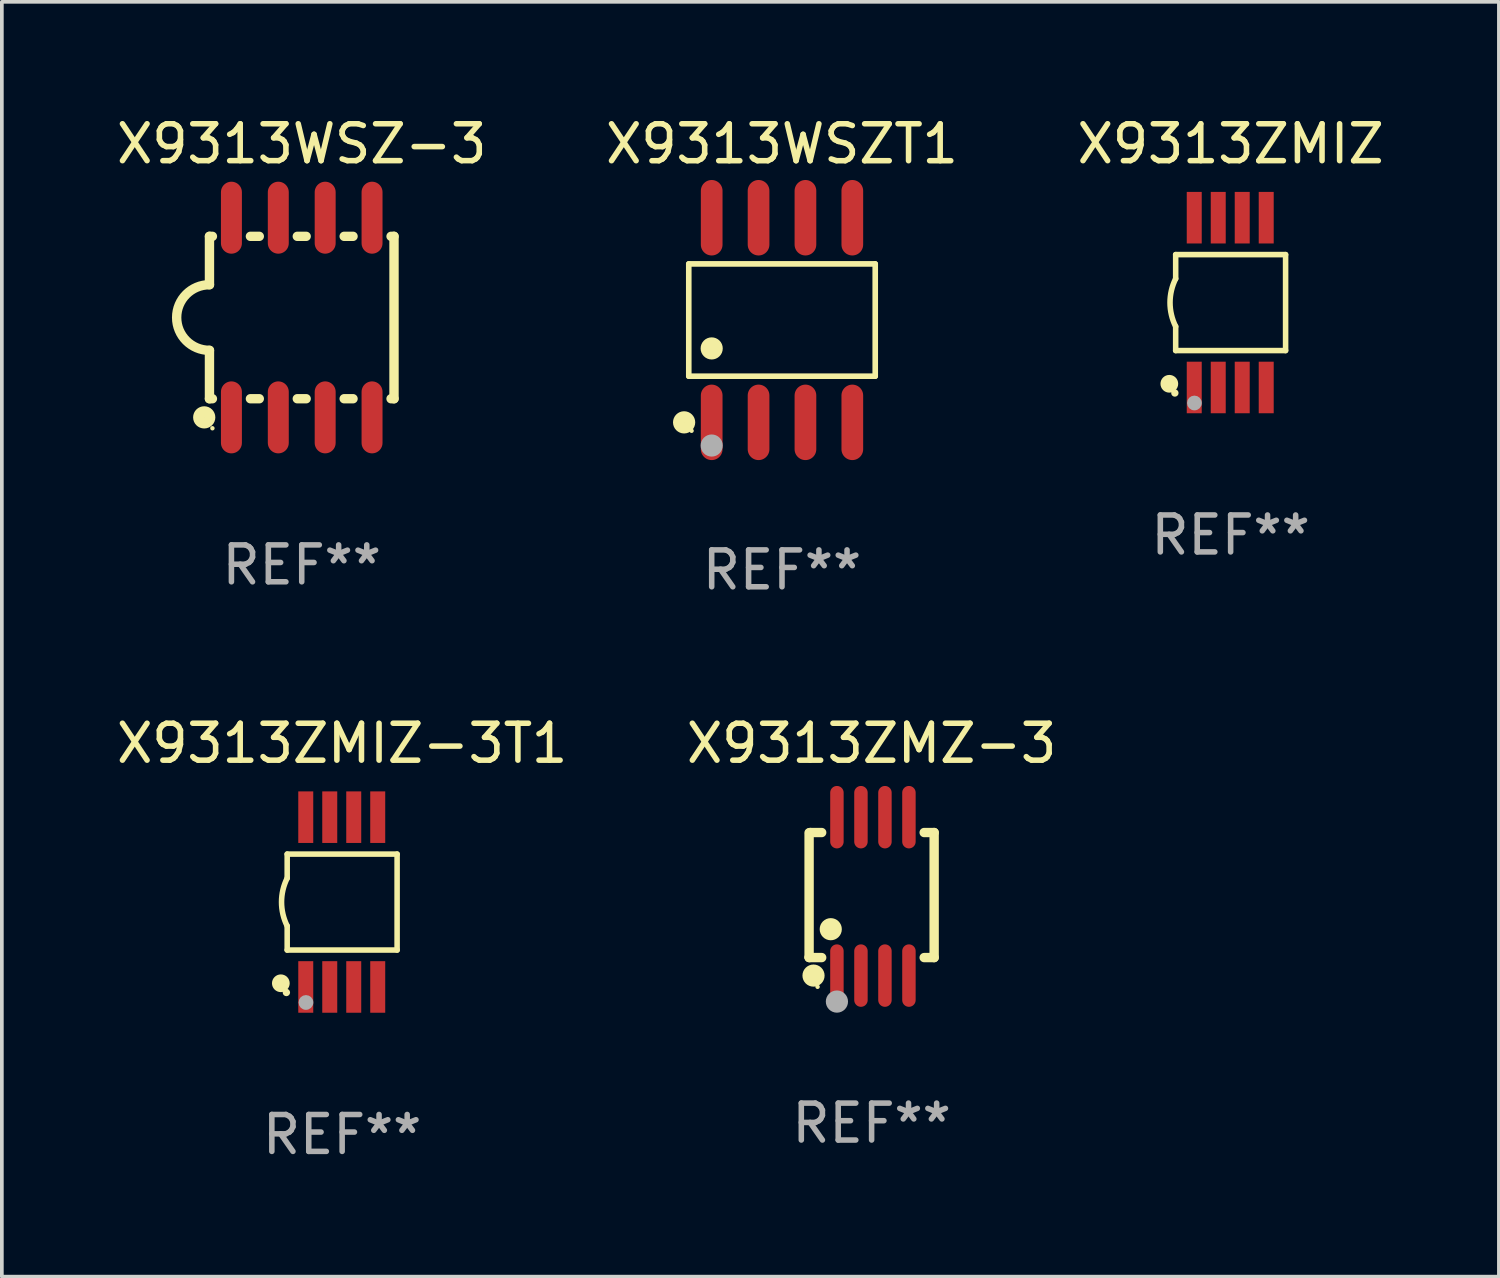
<source format=kicad_pcb>
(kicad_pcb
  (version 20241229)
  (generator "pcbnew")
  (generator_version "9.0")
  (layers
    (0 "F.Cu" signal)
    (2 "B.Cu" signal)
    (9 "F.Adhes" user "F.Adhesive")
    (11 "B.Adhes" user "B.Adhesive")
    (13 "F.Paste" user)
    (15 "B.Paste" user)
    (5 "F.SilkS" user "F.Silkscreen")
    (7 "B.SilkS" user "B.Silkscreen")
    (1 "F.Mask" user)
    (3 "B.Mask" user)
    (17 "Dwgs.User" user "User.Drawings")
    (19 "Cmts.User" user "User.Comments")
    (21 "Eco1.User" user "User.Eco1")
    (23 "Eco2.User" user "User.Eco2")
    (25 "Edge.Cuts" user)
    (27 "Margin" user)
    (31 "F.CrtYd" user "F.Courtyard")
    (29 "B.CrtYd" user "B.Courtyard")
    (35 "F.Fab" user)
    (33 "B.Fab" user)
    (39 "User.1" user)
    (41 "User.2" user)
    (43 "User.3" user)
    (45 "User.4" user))
  (footprint "X9313ZMIZ-3T1"
    (layer "F.Cu")
    (at 6.22 21.39)
    (property "Reference" "X9313ZMIZ-3T1" (at 0 -4.3 0) (layer "F.SilkS") (effects (font (size 1 1) (thickness 0.15))))
    (attr through_hole)
    (fp_line (start -1.489 -1.3) (end -1.489 -0.648) (stroke (width 0.15) (type solid)) (layer "F.SilkS"))
    (fp_line (start -1.489 0.648) (end -1.489 1.3) (stroke (width 0.15) (type solid)) (layer "F.SilkS"))
    (fp_line (start -1.489 1.3) (end 1.489 1.3) (stroke (width 0.15) (type solid)) (layer "F.SilkS"))
    (fp_line (start 1.489 -1.3) (end -1.489 -1.3) (stroke (width 0.15) (type solid)) (layer "F.SilkS"))
    (fp_line (start 1.489 1.3) (end 1.489 -1.3) (stroke (width 0.15) (type solid)) (layer "F.SilkS"))
    (fp_arc (start -1.489205 0.647702) (mid -1.642107 0) (end -1.489205 -0.647701) (stroke (width 0.150013) (type solid)) (layer "F.SilkS"))
    (fp_circle (center -1.661 2.2) (end -1.541 2.2) (stroke (width 0.24) (type solid)) (fill no) (layer "F.SilkS"))
    (fp_circle (center -1.511 2.45) (end -1.461 2.45) (stroke (width 0.1) (type solid)) (fill no) (layer "F.SilkS"))
    (fp_circle (center -0.981 2.72) (end -0.881 2.72) (stroke (width 0.2) (type solid)) (fill no) (layer "F.Fab"))
    (fp_text user "REF**" (at 0 6.3 0) (layer "F.Fab") (effects (font (size 1 1) (thickness 0.15))))
    (pad "1" smd rect (at -0.986 2.3) (size 0.406 1.397) (layers "F.Cu" "F.Mask" "F.Paste"))
    (pad "2" smd rect (at -0.336 2.3) (size 0.406 1.397) (layers "F.Cu" "F.Mask" "F.Paste"))
    (pad "3" smd rect (at 0.314 2.3) (size 0.406 1.397) (layers "F.Cu" "F.Mask" "F.Paste"))
    (pad "4" smd rect (at 0.964 2.3) (size 0.406 1.397) (layers "F.Cu" "F.Mask" "F.Paste"))
    (pad "5" smd rect (at 0.964 -2.3) (size 0.406 1.397) (layers "F.Cu" "F.Mask" "F.Paste"))
    (pad "6" smd rect (at 0.314 -2.3) (size 0.406 1.397) (layers "F.Cu" "F.Mask" "F.Paste"))
    (pad "7" smd rect (at -0.336 -2.3) (size 0.406 1.397) (layers "F.Cu" "F.Mask" "F.Paste"))
    (pad "8" smd rect (at -0.986 -2.3) (size 0.406 1.397) (layers "F.Cu" "F.Mask" "F.Paste")))
  (footprint "X9313ZMZ-3"
    (layer "F.Cu")
    (at 20.565 21.236)
    (property "Reference" "X9313ZMZ-3" (at 0 -4.146 0) (layer "F.SilkS") (effects (font (size 1 1) (thickness 0.15))))
    (attr through_hole)
    (fp_line (start -1.694 -1.724) (end -1.694 1.652) (stroke (width 0.254) (type solid)) (layer "F.SilkS"))
    (fp_line (start -1.694 1.652) (end -1.688 1.658) (stroke (width 0.254) (type solid)) (layer "F.SilkS"))
    (fp_line (start -1.688 1.658) (end -1.353 1.658) (stroke (width 0.254) (type solid)) (layer "F.SilkS"))
    (fp_line (start -1.661 -1.73) (end -1.681 -1.71) (stroke (width 0.254) (type solid)) (layer "F.SilkS"))
    (fp_line (start -1.353 -1.73) (end -1.661 -1.73) (stroke (width 0.254) (type solid)) (layer "F.SilkS"))
    (fp_line (start 1.424 1.658) (end 1.694 1.658) (stroke (width 0.254) (type solid)) (layer "F.SilkS"))
    (fp_line (start 1.694 -1.73) (end 1.424 -1.73) (stroke (width 0.254) (type solid)) (layer "F.SilkS"))
    (fp_line (start 1.694 1.658) (end 1.694 -1.73) (stroke (width 0.254) (type solid)) (layer "F.SilkS"))
    (fp_circle (center -1.574 2.146) (end -1.424 2.146) (stroke (width 0.3) (type solid)) (fill no) (layer "F.SilkS"))
    (fp_circle (center -1.464 2.45) (end -1.434 2.45) (stroke (width 0.06) (type solid)) (fill no) (layer "F.SilkS"))
    (fp_circle (center -1.107 0.889) (end -0.957 0.889) (stroke (width 0.3) (type solid)) (fill no) (layer "F.SilkS"))
    (fp_circle (center -0.94 2.85) (end -0.789 2.85) (stroke (width 0.3) (type solid)) (fill no) (layer "F.Fab"))
    (fp_text user "REF**" (at 0 6.146 0) (layer "F.Fab") (effects (font (size 1 1) (thickness 0.15))))
    (pad "1" smd oval (at -0.94 2.146) (size 0.364 1.692) (layers "F.Cu" "F.Mask" "F.Paste"))
    (pad "2" smd oval (at -0.289 2.146) (size 0.364 1.692) (layers "F.Cu" "F.Mask" "F.Paste"))
    (pad "3" smd oval (at 0.361 2.146) (size 0.364 1.692) (layers "F.Cu" "F.Mask" "F.Paste"))
    (pad "4" smd oval (at 1.011 2.146) (size 0.364 1.692) (layers "F.Cu" "F.Mask" "F.Paste"))
    (pad "5" smd oval (at 1.011 -2.146) (size 0.364 1.692) (layers "F.Cu" "F.Mask" "F.Paste"))
    (pad "6" smd oval (at 0.361 -2.146) (size 0.364 1.692) (layers "F.Cu" "F.Mask" "F.Paste"))
    (pad "7" smd oval (at -0.289 -2.146) (size 0.364 1.692) (layers "F.Cu" "F.Mask" "F.Paste"))
    (pad "8" smd oval (at -0.94 -2.146) (size 0.364 1.692) (layers "F.Cu" "F.Mask" "F.Paste")))
  (footprint "X9313ZMIZ"
    (layer "F.Cu")
    (at 30.292 5.148)
    (property "Reference" "X9313ZMIZ" (at 0 -4.3 0) (layer "F.SilkS") (effects (font (size 1 1) (thickness 0.15))))
    (attr through_hole)
    (fp_line (start -1.489 -1.3) (end -1.489 -0.648) (stroke (width 0.15) (type solid)) (layer "F.SilkS"))
    (fp_line (start -1.489 0.648) (end -1.489 1.3) (stroke (width 0.15) (type solid)) (layer "F.SilkS"))
    (fp_line (start -1.489 1.3) (end 1.489 1.3) (stroke (width 0.15) (type solid)) (layer "F.SilkS"))
    (fp_line (start 1.489 -1.3) (end -1.489 -1.3) (stroke (width 0.15) (type solid)) (layer "F.SilkS"))
    (fp_line (start 1.489 1.3) (end 1.489 -1.3) (stroke (width 0.15) (type solid)) (layer "F.SilkS"))
    (fp_arc (start -1.489205 0.647702) (mid -1.642107 0) (end -1.489205 -0.647701) (stroke (width 0.150013) (type solid)) (layer "F.SilkS"))
    (fp_circle (center -1.661 2.2) (end -1.541 2.2) (stroke (width 0.24) (type solid)) (fill no) (layer "F.SilkS"))
    (fp_circle (center -1.511 2.45) (end -1.461 2.45) (stroke (width 0.1) (type solid)) (fill no) (layer "F.SilkS"))
    (fp_circle (center -0.981 2.72) (end -0.881 2.72) (stroke (width 0.2) (type solid)) (fill no) (layer "F.Fab"))
    (fp_text user "REF**" (at 0 6.3 0) (layer "F.Fab") (effects (font (size 1 1) (thickness 0.15))))
    (pad "1" smd rect (at -0.986 2.3) (size 0.406 1.397) (layers "F.Cu" "F.Mask" "F.Paste"))
    (pad "2" smd rect (at -0.336 2.3) (size 0.406 1.397) (layers "F.Cu" "F.Mask" "F.Paste"))
    (pad "3" smd rect (at 0.314 2.3) (size 0.406 1.397) (layers "F.Cu" "F.Mask" "F.Paste"))
    (pad "4" smd rect (at 0.964 2.3) (size 0.406 1.397) (layers "F.Cu" "F.Mask" "F.Paste"))
    (pad "5" smd rect (at 0.964 -2.3) (size 0.406 1.397) (layers "F.Cu" "F.Mask" "F.Paste"))
    (pad "6" smd rect (at 0.314 -2.3) (size 0.406 1.397) (layers "F.Cu" "F.Mask" "F.Paste"))
    (pad "7" smd rect (at -0.336 -2.3) (size 0.406 1.397) (layers "F.Cu" "F.Mask" "F.Paste"))
    (pad "8" smd rect (at -0.986 -2.3) (size 0.406 1.397) (layers "F.Cu" "F.Mask" "F.Paste")))
  (footprint "X9313WSZT1"
    (layer "F.Cu")
    (at 18.137 5.621)
    (property "Reference" "X9313WSZT1" (at 0 -4.772 0) (layer "F.SilkS") (effects (font (size 1 1) (thickness 0.15))))
    (attr through_hole)
    (fp_line (start -2.526 -1.521) (end 2.526 -1.521) (stroke (width 0.152) (type solid)) (layer "F.SilkS"))
    (fp_line (start -2.526 1.521) (end -2.526 -1.521) (stroke (width 0.152) (type solid)) (layer "F.SilkS"))
    (fp_line (start 2.526 -1.521) (end 2.526 1.521) (stroke (width 0.152) (type solid)) (layer "F.SilkS"))
    (fp_line (start 2.526 1.521) (end -2.526 1.521) (stroke (width 0.152) (type solid)) (layer "F.SilkS"))
    (fp_circle (center -2.652 2.772) (end -2.501 2.772) (stroke (width 0.3) (type solid)) (fill no) (layer "F.SilkS"))
    (fp_circle (center -2.45 3) (end -2.42 3) (stroke (width 0.06) (type solid)) (fill no) (layer "F.SilkS"))
    (fp_circle (center -1.905 0.769) (end -1.755 0.769) (stroke (width 0.3) (type solid)) (fill no) (layer "F.SilkS"))
    (fp_circle (center -1.905 3.4) (end -1.755 3.4) (stroke (width 0.3) (type solid)) (fill no) (layer "F.Fab"))
    (fp_text user "REF**" (at 0 6.772 0) (layer "F.Fab") (effects (font (size 1 1) (thickness 0.15))))
    (pad "1" smd oval (at -1.905 2.772) (size 0.588 2.045) (layers "F.Cu" "F.Mask" "F.Paste"))
    (pad "2" smd oval (at -0.635 2.772) (size 0.588 2.045) (layers "F.Cu" "F.Mask" "F.Paste"))
    (pad "3" smd oval (at 0.635 2.772) (size 0.588 2.045) (layers "F.Cu" "F.Mask" "F.Paste"))
    (pad "4" smd oval (at 1.905 2.772) (size 0.588 2.045) (layers "F.Cu" "F.Mask" "F.Paste"))
    (pad "5" smd oval (at 1.905 -2.772) (size 0.588 2.045) (layers "F.Cu" "F.Mask" "F.Paste"))
    (pad "6" smd oval (at 0.635 -2.772) (size 0.588 2.045) (layers "F.Cu" "F.Mask" "F.Paste"))
    (pad "7" smd oval (at -0.635 -2.772) (size 0.588 2.045) (layers "F.Cu" "F.Mask" "F.Paste"))
    (pad "8" smd oval (at -1.905 -2.772) (size 0.588 2.045) (layers "F.Cu" "F.Mask" "F.Paste")))
  (footprint "X9313WSZ-3"
    (layer "F.Cu")
    (at 5.125 5.553)
    (property "Reference" "X9313WSZ-3" (at 0 -4.705 0) (layer "F.SilkS") (effects (font (size 1 1) (thickness 0.15))))
    (attr through_hole)
    (fp_line (start -2.5 -2.2) (end -2.5 -0.889) (stroke (width 0.254) (type solid)) (layer "F.SilkS"))
    (fp_line (start -2.5 2.2) (end -2.5 0.889) (stroke (width 0.254) (type solid)) (layer "F.SilkS"))
    (fp_line (start -2.42 -2.2) (end -2.5 -2.2) (stroke (width 0.254) (type solid)) (layer "F.SilkS"))
    (fp_line (start -2.42 2.2) (end -2.5 2.2) (stroke (width 0.254) (type solid)) (layer "F.SilkS"))
    (fp_line (start -1.15 -2.2) (end -1.39 -2.2) (stroke (width 0.254) (type solid)) (layer "F.SilkS"))
    (fp_line (start -1.15 2.2) (end -1.39 2.2) (stroke (width 0.254) (type solid)) (layer "F.SilkS"))
    (fp_line (start 0.12 -2.2) (end -0.12 -2.2) (stroke (width 0.254) (type solid)) (layer "F.SilkS"))
    (fp_line (start 0.12 2.2) (end -0.12 2.2) (stroke (width 0.254) (type solid)) (layer "F.SilkS"))
    (fp_line (start 1.39 -2.2) (end 1.15 -2.2) (stroke (width 0.254) (type solid)) (layer "F.SilkS"))
    (fp_line (start 1.39 2.2) (end 1.15 2.2) (stroke (width 0.254) (type solid)) (layer "F.SilkS"))
    (fp_line (start 2.5 -2.2) (end 2.42 -2.2) (stroke (width 0.254) (type solid)) (layer "F.SilkS"))
    (fp_line (start 2.5 -2.2) (end 2.5 2.2) (stroke (width 0.254) (type solid)) (layer "F.SilkS"))
    (fp_line (start 2.5 2.2) (end 2.42 2.2) (stroke (width 0.254) (type solid)) (layer "F.SilkS"))
    (fp_arc (start -2.5 0.889002) (mid -3.388367 -0.000318) (end -2.499365 -0.889002) (stroke (width 0.254001) (type solid)) (layer "F.SilkS"))
    (fp_circle (center -2.642 2.705) (end -2.491 2.705) (stroke (width 0.3) (type solid)) (fill no) (layer "F.SilkS"))
    (fp_circle (center -2.42 3) (end -2.39 3) (stroke (width 0.06) (type solid)) (fill no) (layer "F.SilkS"))
    (fp_text user "REF**" (at 0 6.705 0) (layer "F.Fab") (effects (font (size 1 1) (thickness 0.15))))
    (pad "1" smd oval (at -1.905 2.705) (size 0.568 1.95) (layers "F.Cu" "F.Mask" "F.Paste"))
    (pad "2" smd oval (at -0.635 2.705) (size 0.568 1.95) (layers "F.Cu" "F.Mask" "F.Paste"))
    (pad "3" smd oval (at 0.635 2.705) (size 0.568 1.95) (layers "F.Cu" "F.Mask" "F.Paste"))
    (pad "4" smd oval (at 1.905 2.705) (size 0.568 1.95) (layers "F.Cu" "F.Mask" "F.Paste"))
    (pad "5" smd oval (at 1.905 -2.705) (size 0.568 1.95) (layers "F.Cu" "F.Mask" "F.Paste"))
    (pad "6" smd oval (at 0.635 -2.705) (size 0.568 1.95) (layers "F.Cu" "F.Mask" "F.Paste"))
    (pad "7" smd oval (at -0.635 -2.705) (size 0.568 1.95) (layers "F.Cu" "F.Mask" "F.Paste"))
    (pad "8" smd oval (at -1.905 -2.705) (size 0.568 1.95) (layers "F.Cu" "F.Mask" "F.Paste")))
  (gr_rect
    (start -3 -3)
    (end 37.56 31.538)
    (stroke (width 0.1) (type default))
    (fill no)
    (layer "Edge.Cuts")))
</source>
